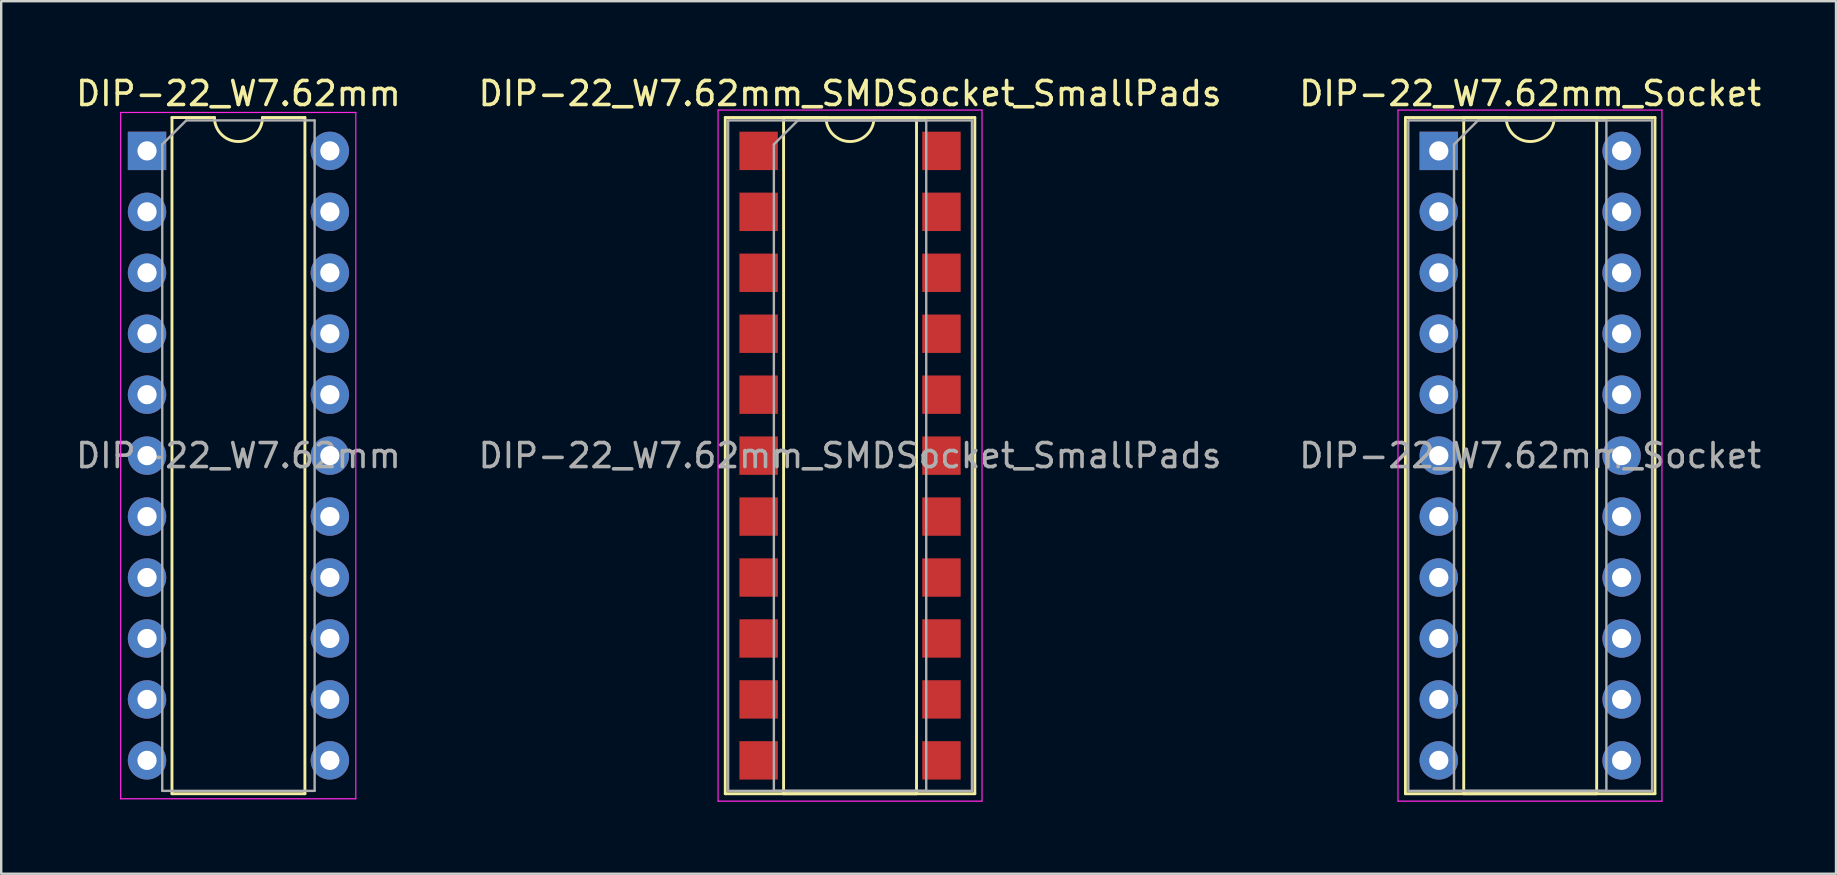
<source format=kicad_pcb>
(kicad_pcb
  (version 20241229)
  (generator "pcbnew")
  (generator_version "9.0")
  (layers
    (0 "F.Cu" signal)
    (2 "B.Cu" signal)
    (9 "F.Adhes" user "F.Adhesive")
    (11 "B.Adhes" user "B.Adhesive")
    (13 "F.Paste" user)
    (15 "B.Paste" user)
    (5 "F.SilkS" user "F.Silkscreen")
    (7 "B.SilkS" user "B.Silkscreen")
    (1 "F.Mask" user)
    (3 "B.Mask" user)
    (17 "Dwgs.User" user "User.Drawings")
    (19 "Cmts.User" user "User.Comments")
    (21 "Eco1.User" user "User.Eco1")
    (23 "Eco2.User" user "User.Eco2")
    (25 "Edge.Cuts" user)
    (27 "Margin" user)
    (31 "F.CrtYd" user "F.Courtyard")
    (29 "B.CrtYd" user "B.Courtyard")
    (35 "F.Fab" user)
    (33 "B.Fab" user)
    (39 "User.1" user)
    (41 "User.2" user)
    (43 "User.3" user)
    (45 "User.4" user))
  (footprint "DIP-22_W7.62mm_SMDSocket_SmallPads"
    (layer "F.Cu")
    (at 32.375 15.938)
    (property "Reference" "DIP-22_W7.62mm_SMDSocket_SmallPads" (at 0 -15.09 0) (layer "F.SilkS") (effects (font (size 1 1) (thickness 0.15))))
    (attr smd)
    (fp_line (start -5.2 -14.09) (end -5.2 14.09) (stroke (width 0.12) (type solid)) (layer "F.SilkS"))
    (fp_line (start -5.2 14.09) (end 5.2 14.09) (stroke (width 0.12) (type solid)) (layer "F.SilkS"))
    (fp_line (start -2.77 -14.09) (end -2.77 14.09) (stroke (width 0.12) (type solid)) (layer "F.SilkS"))
    (fp_line (start -2.77 14.09) (end 2.77 14.09) (stroke (width 0.12) (type solid)) (layer "F.SilkS"))
    (fp_line (start -1 -14.09) (end -2.77 -14.09) (stroke (width 0.12) (type solid)) (layer "F.SilkS"))
    (fp_line (start 2.77 -14.09) (end 1 -14.09) (stroke (width 0.12) (type solid)) (layer "F.SilkS"))
    (fp_line (start 2.77 14.09) (end 2.77 -14.09) (stroke (width 0.12) (type solid)) (layer "F.SilkS"))
    (fp_line (start 5.2 -14.09) (end -5.2 -14.09) (stroke (width 0.12) (type solid)) (layer "F.SilkS"))
    (fp_line (start 5.2 14.09) (end 5.2 -14.09) (stroke (width 0.12) (type solid)) (layer "F.SilkS"))
    (fp_arc (start 1 -14.09) (mid 0 -13.09) (end -1 -14.09) (stroke (width 0.12) (type solid)) (layer "F.SilkS"))
    (fp_line (start -5.5 -14.4) (end -5.5 14.4) (stroke (width 0.05) (type solid)) (layer "F.CrtYd"))
    (fp_line (start -5.5 14.4) (end 5.5 14.4) (stroke (width 0.05) (type solid)) (layer "F.CrtYd"))
    (fp_line (start 5.5 -14.4) (end -5.5 -14.4) (stroke (width 0.05) (type solid)) (layer "F.CrtYd"))
    (fp_line (start 5.5 14.4) (end 5.5 -14.4) (stroke (width 0.05) (type solid)) (layer "F.CrtYd"))
    (fp_line (start -5.08 -13.97) (end -5.08 13.97) (stroke (width 0.1) (type solid)) (layer "F.Fab"))
    (fp_line (start -5.08 13.97) (end 5.08 13.97) (stroke (width 0.1) (type solid)) (layer "F.Fab"))
    (fp_line (start -3.175 -12.97) (end -2.175 -13.97) (stroke (width 0.1) (type solid)) (layer "F.Fab"))
    (fp_line (start -3.175 13.97) (end -3.175 -12.97) (stroke (width 0.1) (type solid)) (layer "F.Fab"))
    (fp_line (start -2.175 -13.97) (end 3.175 -13.97) (stroke (width 0.1) (type solid)) (layer "F.Fab"))
    (fp_line (start 3.175 -13.97) (end 3.175 13.97) (stroke (width 0.1) (type solid)) (layer "F.Fab"))
    (fp_line (start 3.175 13.97) (end -3.175 13.97) (stroke (width 0.1) (type solid)) (layer "F.Fab"))
    (fp_line (start 5.08 -13.97) (end -5.08 -13.97) (stroke (width 0.1) (type solid)) (layer "F.Fab"))
    (fp_line (start 5.08 13.97) (end 5.08 -13.97) (stroke (width 0.1) (type solid)) (layer "F.Fab"))
    (fp_text user "${REFERENCE}" (at 0 0 0) (layer "F.Fab") (effects (font (size 1 1) (thickness 0.15))))
    (pad "1" smd rect (at -3.81 -12.7) (size 1.6 1.6) (layers "F.Cu" "F.Mask" "F.Paste"))
    (pad "2" smd rect (at -3.81 -10.16) (size 1.6 1.6) (layers "F.Cu" "F.Mask" "F.Paste"))
    (pad "3" smd rect (at -3.81 -7.62) (size 1.6 1.6) (layers "F.Cu" "F.Mask" "F.Paste"))
    (pad "4" smd rect (at -3.81 -5.08) (size 1.6 1.6) (layers "F.Cu" "F.Mask" "F.Paste"))
    (pad "5" smd rect (at -3.81 -2.54) (size 1.6 1.6) (layers "F.Cu" "F.Mask" "F.Paste"))
    (pad "6" smd rect (at -3.81 0) (size 1.6 1.6) (layers "F.Cu" "F.Mask" "F.Paste"))
    (pad "7" smd rect (at -3.81 2.54) (size 1.6 1.6) (layers "F.Cu" "F.Mask" "F.Paste"))
    (pad "8" smd rect (at -3.81 5.08) (size 1.6 1.6) (layers "F.Cu" "F.Mask" "F.Paste"))
    (pad "9" smd rect (at -3.81 7.62) (size 1.6 1.6) (layers "F.Cu" "F.Mask" "F.Paste"))
    (pad "10" smd rect (at -3.81 10.16) (size 1.6 1.6) (layers "F.Cu" "F.Mask" "F.Paste"))
    (pad "11" smd rect (at -3.81 12.7) (size 1.6 1.6) (layers "F.Cu" "F.Mask" "F.Paste"))
    (pad "12" smd rect (at 3.81 12.7) (size 1.6 1.6) (layers "F.Cu" "F.Mask" "F.Paste"))
    (pad "13" smd rect (at 3.81 10.16) (size 1.6 1.6) (layers "F.Cu" "F.Mask" "F.Paste"))
    (pad "14" smd rect (at 3.81 7.62) (size 1.6 1.6) (layers "F.Cu" "F.Mask" "F.Paste"))
    (pad "15" smd rect (at 3.81 5.08) (size 1.6 1.6) (layers "F.Cu" "F.Mask" "F.Paste"))
    (pad "16" smd rect (at 3.81 2.54) (size 1.6 1.6) (layers "F.Cu" "F.Mask" "F.Paste"))
    (pad "17" smd rect (at 3.81 0) (size 1.6 1.6) (layers "F.Cu" "F.Mask" "F.Paste"))
    (pad "18" smd rect (at 3.81 -2.54) (size 1.6 1.6) (layers "F.Cu" "F.Mask" "F.Paste"))
    (pad "19" smd rect (at 3.81 -5.08) (size 1.6 1.6) (layers "F.Cu" "F.Mask" "F.Paste"))
    (pad "20" smd rect (at 3.81 -7.62) (size 1.6 1.6) (layers "F.Cu" "F.Mask" "F.Paste"))
    (pad "21" smd rect (at 3.81 -10.16) (size 1.6 1.6) (layers "F.Cu" "F.Mask" "F.Paste"))
    (pad "22" smd rect (at 3.81 -12.7) (size 1.6 1.6) (layers "F.Cu" "F.Mask" "F.Paste")))
  (footprint "DIP-22_W7.62mm"
    (layer "F.Cu")
    (at 3.077 3.238)
    (property "Reference" "DIP-22_W7.62mm" (at 3.81 -2.39 0) (layer "F.SilkS") (effects (font (size 1 1) (thickness 0.15))))
    (attr through_hole)
    (fp_line (start 1.04 -1.39) (end 1.04 26.79) (stroke (width 0.12) (type solid)) (layer "F.SilkS"))
    (fp_line (start 1.04 26.79) (end 6.58 26.79) (stroke (width 0.12) (type solid)) (layer "F.SilkS"))
    (fp_line (start 2.81 -1.39) (end 1.04 -1.39) (stroke (width 0.12) (type solid)) (layer "F.SilkS"))
    (fp_line (start 6.58 -1.39) (end 4.81 -1.39) (stroke (width 0.12) (type solid)) (layer "F.SilkS"))
    (fp_line (start 6.58 26.79) (end 6.58 -1.39) (stroke (width 0.12) (type solid)) (layer "F.SilkS"))
    (fp_arc (start 4.81 -1.39) (mid 3.81 -0.39) (end 2.81 -1.39) (stroke (width 0.12) (type solid)) (layer "F.SilkS"))
    (fp_line (start -1.1 -1.6) (end -1.1 27) (stroke (width 0.05) (type solid)) (layer "F.CrtYd"))
    (fp_line (start -1.1 27) (end 8.7 27) (stroke (width 0.05) (type solid)) (layer "F.CrtYd"))
    (fp_line (start 8.7 -1.6) (end -1.1 -1.6) (stroke (width 0.05) (type solid)) (layer "F.CrtYd"))
    (fp_line (start 8.7 27) (end 8.7 -1.6) (stroke (width 0.05) (type solid)) (layer "F.CrtYd"))
    (fp_line (start 0.635 -0.27) (end 1.635 -1.27) (stroke (width 0.1) (type solid)) (layer "F.Fab"))
    (fp_line (start 0.635 26.67) (end 0.635 -0.27) (stroke (width 0.1) (type solid)) (layer "F.Fab"))
    (fp_line (start 1.635 -1.27) (end 6.985 -1.27) (stroke (width 0.1) (type solid)) (layer "F.Fab"))
    (fp_line (start 6.985 -1.27) (end 6.985 26.67) (stroke (width 0.1) (type solid)) (layer "F.Fab"))
    (fp_line (start 6.985 26.67) (end 0.635 26.67) (stroke (width 0.1) (type solid)) (layer "F.Fab"))
    (fp_text user "${REFERENCE}" (at 3.81 12.7 0) (layer "F.Fab") (effects (font (size 1 1) (thickness 0.15))))
    (pad "1" thru_hole rect (at 0 0) (size 1.6 1.6) (drill 0.8) (layers "*.Cu" "*.Mask"))
    (pad "2" thru_hole oval (at 0 2.54) (size 1.6 1.6) (drill 0.8) (layers "*.Cu" "*.Mask"))
    (pad "3" thru_hole oval (at 0 5.08) (size 1.6 1.6) (drill 0.8) (layers "*.Cu" "*.Mask"))
    (pad "4" thru_hole oval (at 0 7.62) (size 1.6 1.6) (drill 0.8) (layers "*.Cu" "*.Mask"))
    (pad "5" thru_hole oval (at 0 10.16) (size 1.6 1.6) (drill 0.8) (layers "*.Cu" "*.Mask"))
    (pad "6" thru_hole oval (at 0 12.7) (size 1.6 1.6) (drill 0.8) (layers "*.Cu" "*.Mask"))
    (pad "7" thru_hole oval (at 0 15.24) (size 1.6 1.6) (drill 0.8) (layers "*.Cu" "*.Mask"))
    (pad "8" thru_hole oval (at 0 17.78) (size 1.6 1.6) (drill 0.8) (layers "*.Cu" "*.Mask"))
    (pad "9" thru_hole oval (at 0 20.32) (size 1.6 1.6) (drill 0.8) (layers "*.Cu" "*.Mask"))
    (pad "10" thru_hole oval (at 0 22.86) (size 1.6 1.6) (drill 0.8) (layers "*.Cu" "*.Mask"))
    (pad "11" thru_hole oval (at 0 25.4) (size 1.6 1.6) (drill 0.8) (layers "*.Cu" "*.Mask"))
    (pad "12" thru_hole oval (at 7.62 25.4) (size 1.6 1.6) (drill 0.8) (layers "*.Cu" "*.Mask"))
    (pad "13" thru_hole oval (at 7.62 22.86) (size 1.6 1.6) (drill 0.8) (layers "*.Cu" "*.Mask"))
    (pad "14" thru_hole oval (at 7.62 20.32) (size 1.6 1.6) (drill 0.8) (layers "*.Cu" "*.Mask"))
    (pad "15" thru_hole oval (at 7.62 17.78) (size 1.6 1.6) (drill 0.8) (layers "*.Cu" "*.Mask"))
    (pad "16" thru_hole oval (at 7.62 15.24) (size 1.6 1.6) (drill 0.8) (layers "*.Cu" "*.Mask"))
    (pad "17" thru_hole oval (at 7.62 12.7) (size 1.6 1.6) (drill 0.8) (layers "*.Cu" "*.Mask"))
    (pad "18" thru_hole oval (at 7.62 10.16) (size 1.6 1.6) (drill 0.8) (layers "*.Cu" "*.Mask"))
    (pad "19" thru_hole oval (at 7.62 7.62) (size 1.6 1.6) (drill 0.8) (layers "*.Cu" "*.Mask"))
    (pad "20" thru_hole oval (at 7.62 5.08) (size 1.6 1.6) (drill 0.8) (layers "*.Cu" "*.Mask"))
    (pad "21" thru_hole oval (at 7.62 2.54) (size 1.6 1.6) (drill 0.8) (layers "*.Cu" "*.Mask"))
    (pad "22" thru_hole oval (at 7.62 0) (size 1.6 1.6) (drill 0.8) (layers "*.Cu" "*.Mask")))
  (footprint "DIP-22_W7.62mm_Socket"
    (layer "F.Cu")
    (at 56.91 3.238)
    (property "Reference" "DIP-22_W7.62mm_Socket" (at 3.81 -2.39 0) (layer "F.SilkS") (effects (font (size 1 1) (thickness 0.15))))
    (attr through_hole)
    (fp_line (start -1.39 -1.39) (end -1.39 26.79) (stroke (width 0.12) (type solid)) (layer "F.SilkS"))
    (fp_line (start -1.39 26.79) (end 9.01 26.79) (stroke (width 0.12) (type solid)) (layer "F.SilkS"))
    (fp_line (start 1.04 -1.39) (end 1.04 26.79) (stroke (width 0.12) (type solid)) (layer "F.SilkS"))
    (fp_line (start 1.04 26.79) (end 6.58 26.79) (stroke (width 0.12) (type solid)) (layer "F.SilkS"))
    (fp_line (start 2.81 -1.39) (end 1.04 -1.39) (stroke (width 0.12) (type solid)) (layer "F.SilkS"))
    (fp_line (start 6.58 -1.39) (end 4.81 -1.39) (stroke (width 0.12) (type solid)) (layer "F.SilkS"))
    (fp_line (start 6.58 26.79) (end 6.58 -1.39) (stroke (width 0.12) (type solid)) (layer "F.SilkS"))
    (fp_line (start 9.01 -1.39) (end -1.39 -1.39) (stroke (width 0.12) (type solid)) (layer "F.SilkS"))
    (fp_line (start 9.01 26.79) (end 9.01 -1.39) (stroke (width 0.12) (type solid)) (layer "F.SilkS"))
    (fp_arc (start 4.81 -1.39) (mid 3.81 -0.39) (end 2.81 -1.39) (stroke (width 0.12) (type solid)) (layer "F.SilkS"))
    (fp_line (start -1.7 -1.7) (end -1.7 27.1) (stroke (width 0.05) (type solid)) (layer "F.CrtYd"))
    (fp_line (start -1.7 27.1) (end 9.3 27.1) (stroke (width 0.05) (type solid)) (layer "F.CrtYd"))
    (fp_line (start 9.3 -1.7) (end -1.7 -1.7) (stroke (width 0.05) (type solid)) (layer "F.CrtYd"))
    (fp_line (start 9.3 27.1) (end 9.3 -1.7) (stroke (width 0.05) (type solid)) (layer "F.CrtYd"))
    (fp_line (start -1.27 -1.27) (end -1.27 26.67) (stroke (width 0.1) (type solid)) (layer "F.Fab"))
    (fp_line (start -1.27 26.67) (end 8.89 26.67) (stroke (width 0.1) (type solid)) (layer "F.Fab"))
    (fp_line (start 0.635 -0.27) (end 1.635 -1.27) (stroke (width 0.1) (type solid)) (layer "F.Fab"))
    (fp_line (start 0.635 26.67) (end 0.635 -0.27) (stroke (width 0.1) (type solid)) (layer "F.Fab"))
    (fp_line (start 1.635 -1.27) (end 6.985 -1.27) (stroke (width 0.1) (type solid)) (layer "F.Fab"))
    (fp_line (start 6.985 -1.27) (end 6.985 26.67) (stroke (width 0.1) (type solid)) (layer "F.Fab"))
    (fp_line (start 6.985 26.67) (end 0.635 26.67) (stroke (width 0.1) (type solid)) (layer "F.Fab"))
    (fp_line (start 8.89 -1.27) (end -1.27 -1.27) (stroke (width 0.1) (type solid)) (layer "F.Fab"))
    (fp_line (start 8.89 26.67) (end 8.89 -1.27) (stroke (width 0.1) (type solid)) (layer "F.Fab"))
    (fp_text user "${REFERENCE}" (at 3.81 12.7 0) (layer "F.Fab") (effects (font (size 1 1) (thickness 0.15))))
    (pad "1" thru_hole rect (at 0 0) (size 1.6 1.6) (drill 0.8) (layers "*.Cu" "*.Mask"))
    (pad "2" thru_hole oval (at 0 2.54) (size 1.6 1.6) (drill 0.8) (layers "*.Cu" "*.Mask"))
    (pad "3" thru_hole oval (at 0 5.08) (size 1.6 1.6) (drill 0.8) (layers "*.Cu" "*.Mask"))
    (pad "4" thru_hole oval (at 0 7.62) (size 1.6 1.6) (drill 0.8) (layers "*.Cu" "*.Mask"))
    (pad "5" thru_hole oval (at 0 10.16) (size 1.6 1.6) (drill 0.8) (layers "*.Cu" "*.Mask"))
    (pad "6" thru_hole oval (at 0 12.7) (size 1.6 1.6) (drill 0.8) (layers "*.Cu" "*.Mask"))
    (pad "7" thru_hole oval (at 0 15.24) (size 1.6 1.6) (drill 0.8) (layers "*.Cu" "*.Mask"))
    (pad "8" thru_hole oval (at 0 17.78) (size 1.6 1.6) (drill 0.8) (layers "*.Cu" "*.Mask"))
    (pad "9" thru_hole oval (at 0 20.32) (size 1.6 1.6) (drill 0.8) (layers "*.Cu" "*.Mask"))
    (pad "10" thru_hole oval (at 0 22.86) (size 1.6 1.6) (drill 0.8) (layers "*.Cu" "*.Mask"))
    (pad "11" thru_hole oval (at 0 25.4) (size 1.6 1.6) (drill 0.8) (layers "*.Cu" "*.Mask"))
    (pad "12" thru_hole oval (at 7.62 25.4) (size 1.6 1.6) (drill 0.8) (layers "*.Cu" "*.Mask"))
    (pad "13" thru_hole oval (at 7.62 22.86) (size 1.6 1.6) (drill 0.8) (layers "*.Cu" "*.Mask"))
    (pad "14" thru_hole oval (at 7.62 20.32) (size 1.6 1.6) (drill 0.8) (layers "*.Cu" "*.Mask"))
    (pad "15" thru_hole oval (at 7.62 17.78) (size 1.6 1.6) (drill 0.8) (layers "*.Cu" "*.Mask"))
    (pad "16" thru_hole oval (at 7.62 15.24) (size 1.6 1.6) (drill 0.8) (layers "*.Cu" "*.Mask"))
    (pad "17" thru_hole oval (at 7.62 12.7) (size 1.6 1.6) (drill 0.8) (layers "*.Cu" "*.Mask"))
    (pad "18" thru_hole oval (at 7.62 10.16) (size 1.6 1.6) (drill 0.8) (layers "*.Cu" "*.Mask"))
    (pad "19" thru_hole oval (at 7.62 7.62) (size 1.6 1.6) (drill 0.8) (layers "*.Cu" "*.Mask"))
    (pad "20" thru_hole oval (at 7.62 5.08) (size 1.6 1.6) (drill 0.8) (layers "*.Cu" "*.Mask"))
    (pad "21" thru_hole oval (at 7.62 2.54) (size 1.6 1.6) (drill 0.8) (layers "*.Cu" "*.Mask"))
    (pad "22" thru_hole oval (at 7.62 0) (size 1.6 1.6) (drill 0.8) (layers "*.Cu" "*.Mask")))
  (gr_rect
    (start -3 -3)
    (end 73.464 33.363)
    (stroke (width 0.1) (type default))
    (fill no)
    (layer "Edge.Cuts")))
</source>
